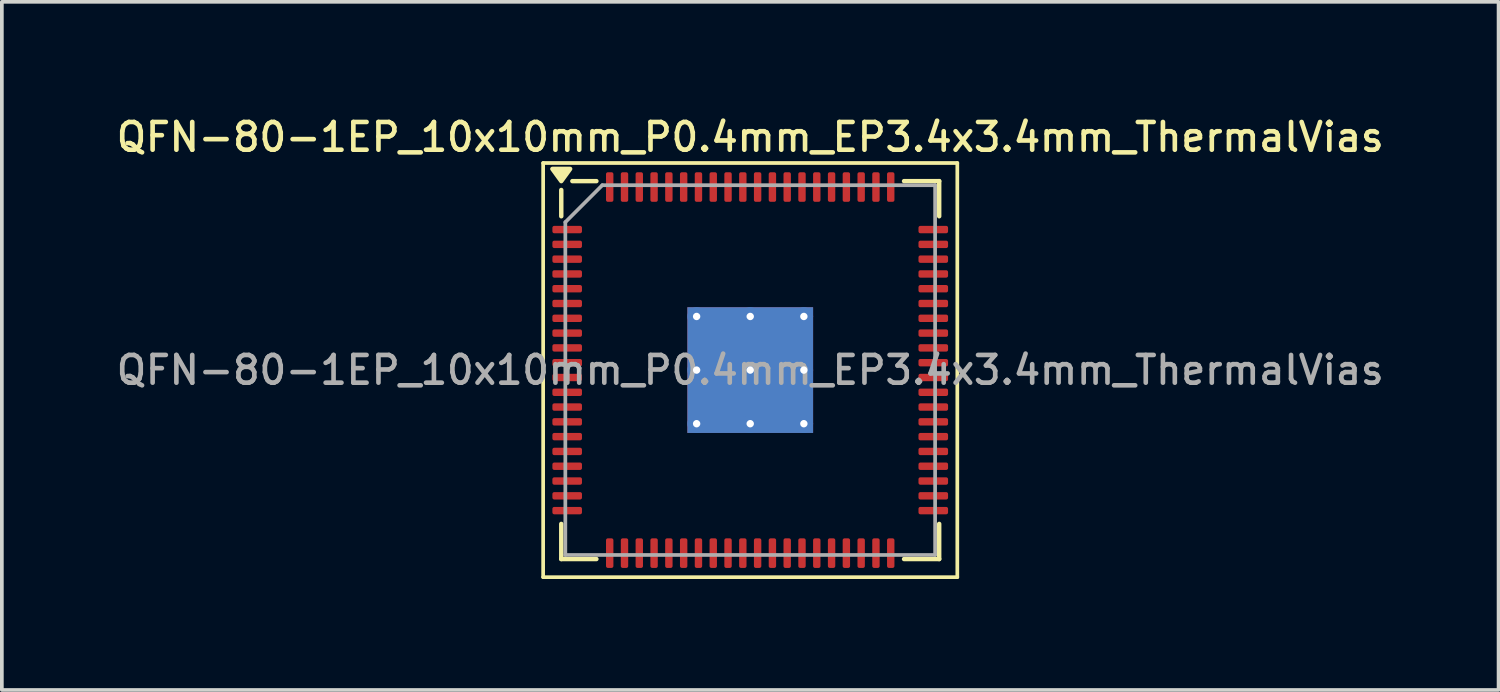
<source format=kicad_pcb>
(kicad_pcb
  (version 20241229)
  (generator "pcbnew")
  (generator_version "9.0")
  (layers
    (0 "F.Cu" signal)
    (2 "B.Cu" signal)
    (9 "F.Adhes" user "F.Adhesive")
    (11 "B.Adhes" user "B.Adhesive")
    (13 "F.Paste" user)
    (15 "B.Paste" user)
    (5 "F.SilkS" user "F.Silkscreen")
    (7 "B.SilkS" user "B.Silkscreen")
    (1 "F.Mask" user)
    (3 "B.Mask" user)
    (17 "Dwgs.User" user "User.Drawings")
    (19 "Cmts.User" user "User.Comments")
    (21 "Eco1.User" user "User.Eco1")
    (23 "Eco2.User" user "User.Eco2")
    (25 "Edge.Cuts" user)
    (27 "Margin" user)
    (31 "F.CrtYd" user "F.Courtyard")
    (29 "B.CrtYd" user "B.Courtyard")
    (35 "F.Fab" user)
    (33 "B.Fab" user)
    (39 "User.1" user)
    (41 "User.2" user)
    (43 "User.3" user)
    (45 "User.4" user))
  (footprint "QFN-80-1EP_10x10mm_P0.4mm_EP3.4x3.4mm_ThermalVias"
    (layer "F.Cu")
    (at 17.238 6.958)
    (property "Reference" "QFN-80-1EP_10x10mm_P0.4mm_EP3.4x3.4mm_ThermalVias" (at 0 -6.3 0) (layer "F.SilkS") (effects (font (size 0.75 0.75) (thickness 0.125))))
    (attr smd)
    (fp_line (start -5.6 -5.6) (end -5.6 5.6) (stroke (width 0.1) (type solid)) (layer "F.SilkS"))
    (fp_line (start -5.6 5.6) (end 5.6 5.6) (stroke (width 0.1) (type solid)) (layer "F.SilkS"))
    (fp_line (start -5.11 -4.16) (end -5.11 -4.87) (stroke (width 0.12) (type solid)) (layer "F.SilkS"))
    (fp_line (start -5.11 5.11) (end -5.11 4.16) (stroke (width 0.12) (type solid)) (layer "F.SilkS"))
    (fp_line (start -4.16 -5.11) (end -4.81 -5.11) (stroke (width 0.12) (type solid)) (layer "F.SilkS"))
    (fp_line (start -4.16 5.11) (end -5.11 5.11) (stroke (width 0.12) (type solid)) (layer "F.SilkS"))
    (fp_line (start 4.16 -5.11) (end 5.11 -5.11) (stroke (width 0.12) (type solid)) (layer "F.SilkS"))
    (fp_line (start 4.16 5.11) (end 5.11 5.11) (stroke (width 0.12) (type solid)) (layer "F.SilkS"))
    (fp_line (start 5.11 -5.11) (end 5.11 -4.16) (stroke (width 0.12) (type solid)) (layer "F.SilkS"))
    (fp_line (start 5.11 5.11) (end 5.11 4.16) (stroke (width 0.12) (type solid)) (layer "F.SilkS"))
    (fp_line (start 5.6 -5.6) (end -5.6 -5.6) (stroke (width 0.1) (type solid)) (layer "F.SilkS"))
    (fp_line (start 5.6 5.6) (end 5.6 -5.6) (stroke (width 0.1) (type solid)) (layer "F.SilkS"))
    (fp_poly (pts (xy -5.11 -5.11) (xy -5.35 -5.44) (xy -4.87 -5.44) (xy -5.11 -5.11)) (stroke (width 0.12) (type solid)) (fill yes) (layer "F.SilkS"))
    (fp_line (start -5 -4) (end -4 -5) (stroke (width 0.1) (type solid)) (layer "F.Fab"))
    (fp_line (start -5 5) (end -5 -4) (stroke (width 0.1) (type solid)) (layer "F.Fab"))
    (fp_line (start -4 -5) (end 5 -5) (stroke (width 0.1) (type solid)) (layer "F.Fab"))
    (fp_line (start 5 -5) (end 5 5) (stroke (width 0.1) (type solid)) (layer "F.Fab"))
    (fp_line (start 5 5) (end -5 5) (stroke (width 0.1) (type solid)) (layer "F.Fab"))
    (fp_text user "${REFERENCE}" (at 0 0 0) (layer "F.Fab") (effects (font (size 0.75 0.75) (thickness 0.125))))
    (pad "" smd custom (at -1.087 -1.087) (size 0.505 0.505) (layers "F.Paste") (options (anchor circle)) (primitives (gr_poly (pts (xy -0.176 -0.05) (xy -0.05 -0.176) (xy 0.176 -0.176) (xy 0.176 0.176) (xy -0.176 0.176)) (width 0.306) (fill yes))))
    (pad "" smd custom (at -1.087 -0.362) (size 0.505 0.505) (layers "F.Paste") (options (anchor circle)) (primitives (gr_poly (pts (xy -0.176 -0.176) (xy 0.176 -0.176) (xy 0.176 0.176) (xy -0.05 0.176) (xy -0.176 0.05)) (width 0.306) (fill yes))))
    (pad "" smd custom (at -1.087 0.362) (size 0.505 0.505) (layers "F.Paste") (options (anchor circle)) (primitives (gr_poly (pts (xy -0.176 -0.05) (xy -0.05 -0.176) (xy 0.176 -0.176) (xy 0.176 0.176) (xy -0.176 0.176)) (width 0.306) (fill yes))))
    (pad "" smd custom (at -1.087 1.087) (size 0.505 0.505) (layers "F.Paste") (options (anchor circle)) (primitives (gr_poly (pts (xy -0.176 -0.176) (xy 0.176 -0.176) (xy 0.176 0.176) (xy -0.05 0.176) (xy -0.176 0.05)) (width 0.306) (fill yes))))
    (pad "" smd custom (at -0.362 -1.087) (size 0.505 0.505) (layers "F.Paste") (options (anchor circle)) (primitives (gr_poly (pts (xy -0.176 -0.176) (xy 0.05 -0.176) (xy 0.176 -0.05) (xy 0.176 0.176) (xy -0.176 0.176)) (width 0.306) (fill yes))))
    (pad "" smd custom (at -0.362 -0.362) (size 0.505 0.505) (layers "F.Paste") (options (anchor circle)) (primitives (gr_poly (pts (xy -0.176 -0.176) (xy 0.176 -0.176) (xy 0.176 0.05) (xy 0.05 0.176) (xy -0.176 0.176)) (width 0.306) (fill yes))))
    (pad "" smd custom (at -0.362 0.362) (size 0.505 0.505) (layers "F.Paste") (options (anchor circle)) (primitives (gr_poly (pts (xy -0.176 -0.176) (xy 0.05 -0.176) (xy 0.176 -0.05) (xy 0.176 0.176) (xy -0.176 0.176)) (width 0.306) (fill yes))))
    (pad "" smd custom (at -0.362 1.087) (size 0.505 0.505) (layers "F.Paste") (options (anchor circle)) (primitives (gr_poly (pts (xy -0.176 -0.176) (xy 0.176 -0.176) (xy 0.176 0.05) (xy 0.05 0.176) (xy -0.176 0.176)) (width 0.306) (fill yes))))
    (pad "" smd custom (at 0.362 -1.087) (size 0.505 0.505) (layers "F.Paste") (options (anchor circle)) (primitives (gr_poly (pts (xy -0.176 -0.05) (xy -0.05 -0.176) (xy 0.176 -0.176) (xy 0.176 0.176) (xy -0.176 0.176)) (width 0.306) (fill yes))))
    (pad "" smd custom (at 0.362 -0.362) (size 0.505 0.505) (layers "F.Paste") (options (anchor circle)) (primitives (gr_poly (pts (xy -0.176 -0.176) (xy 0.176 -0.176) (xy 0.176 0.176) (xy -0.05 0.176) (xy -0.176 0.05)) (width 0.306) (fill yes))))
    (pad "" smd custom (at 0.362 0.362) (size 0.505 0.505) (layers "F.Paste") (options (anchor circle)) (primitives (gr_poly (pts (xy -0.176 -0.05) (xy -0.05 -0.176) (xy 0.176 -0.176) (xy 0.176 0.176) (xy -0.176 0.176)) (width 0.306) (fill yes))))
    (pad "" smd custom (at 0.362 1.087) (size 0.505 0.505) (layers "F.Paste") (options (anchor circle)) (primitives (gr_poly (pts (xy -0.176 -0.176) (xy 0.176 -0.176) (xy 0.176 0.176) (xy -0.05 0.176) (xy -0.176 0.05)) (width 0.306) (fill yes))))
    (pad "" smd custom (at 1.087 -1.087) (size 0.505 0.505) (layers "F.Paste") (options (anchor circle)) (primitives (gr_poly (pts (xy -0.176 -0.176) (xy 0.05 -0.176) (xy 0.176 -0.05) (xy 0.176 0.176) (xy -0.176 0.176)) (width 0.306) (fill yes))))
    (pad "" smd custom (at 1.087 -0.362) (size 0.505 0.505) (layers "F.Paste") (options (anchor circle)) (primitives (gr_poly (pts (xy -0.176 -0.176) (xy 0.176 -0.176) (xy 0.176 0.05) (xy 0.05 0.176) (xy -0.176 0.176)) (width 0.306) (fill yes))))
    (pad "" smd custom (at 1.087 0.362) (size 0.505 0.505) (layers "F.Paste") (options (anchor circle)) (primitives (gr_poly (pts (xy -0.176 -0.176) (xy 0.05 -0.176) (xy 0.176 -0.05) (xy 0.176 0.176) (xy -0.176 0.176)) (width 0.306) (fill yes))))
    (pad "" smd custom (at 1.087 1.087) (size 0.505 0.505) (layers "F.Paste") (options (anchor circle)) (primitives (gr_poly (pts (xy -0.176 -0.176) (xy 0.176 -0.176) (xy 0.176 0.05) (xy 0.05 0.176) (xy -0.176 0.176)) (width 0.306) (fill yes))))
    (pad "1" smd roundrect (at -4.95 -3.8) (size 0.8 0.2) (layers "F.Cu" "F.Mask" "F.Paste") (roundrect_rratio 0.25))
    (pad "2" smd roundrect (at -4.95 -3.4) (size 0.8 0.2) (layers "F.Cu" "F.Mask" "F.Paste") (roundrect_rratio 0.25))
    (pad "3" smd roundrect (at -4.95 -3) (size 0.8 0.2) (layers "F.Cu" "F.Mask" "F.Paste") (roundrect_rratio 0.25))
    (pad "4" smd roundrect (at -4.95 -2.6) (size 0.8 0.2) (layers "F.Cu" "F.Mask" "F.Paste") (roundrect_rratio 0.25))
    (pad "5" smd roundrect (at -4.95 -2.2) (size 0.8 0.2) (layers "F.Cu" "F.Mask" "F.Paste") (roundrect_rratio 0.25))
    (pad "6" smd roundrect (at -4.95 -1.8) (size 0.8 0.2) (layers "F.Cu" "F.Mask" "F.Paste") (roundrect_rratio 0.25))
    (pad "7" smd roundrect (at -4.95 -1.4) (size 0.8 0.2) (layers "F.Cu" "F.Mask" "F.Paste") (roundrect_rratio 0.25))
    (pad "8" smd roundrect (at -4.95 -1) (size 0.8 0.2) (layers "F.Cu" "F.Mask" "F.Paste") (roundrect_rratio 0.25))
    (pad "9" smd roundrect (at -4.95 -0.6) (size 0.8 0.2) (layers "F.Cu" "F.Mask" "F.Paste") (roundrect_rratio 0.25))
    (pad "10" smd roundrect (at -4.95 -0.2) (size 0.8 0.2) (layers "F.Cu" "F.Mask" "F.Paste") (roundrect_rratio 0.25))
    (pad "11" smd roundrect (at -4.95 0.2) (size 0.8 0.2) (layers "F.Cu" "F.Mask" "F.Paste") (roundrect_rratio 0.25))
    (pad "12" smd roundrect (at -4.95 0.6) (size 0.8 0.2) (layers "F.Cu" "F.Mask" "F.Paste") (roundrect_rratio 0.25))
    (pad "13" smd roundrect (at -4.95 1) (size 0.8 0.2) (layers "F.Cu" "F.Mask" "F.Paste") (roundrect_rratio 0.25))
    (pad "14" smd roundrect (at -4.95 1.4) (size 0.8 0.2) (layers "F.Cu" "F.Mask" "F.Paste") (roundrect_rratio 0.25))
    (pad "15" smd roundrect (at -4.95 1.8) (size 0.8 0.2) (layers "F.Cu" "F.Mask" "F.Paste") (roundrect_rratio 0.25))
    (pad "16" smd roundrect (at -4.95 2.2) (size 0.8 0.2) (layers "F.Cu" "F.Mask" "F.Paste") (roundrect_rratio 0.25))
    (pad "17" smd roundrect (at -4.95 2.6) (size 0.8 0.2) (layers "F.Cu" "F.Mask" "F.Paste") (roundrect_rratio 0.25))
    (pad "18" smd roundrect (at -4.95 3) (size 0.8 0.2) (layers "F.Cu" "F.Mask" "F.Paste") (roundrect_rratio 0.25))
    (pad "19" smd roundrect (at -4.95 3.4) (size 0.8 0.2) (layers "F.Cu" "F.Mask" "F.Paste") (roundrect_rratio 0.25))
    (pad "20" smd roundrect (at -4.95 3.8) (size 0.8 0.2) (layers "F.Cu" "F.Mask" "F.Paste") (roundrect_rratio 0.25))
    (pad "21" smd roundrect (at -3.8 4.95) (size 0.2 0.8) (layers "F.Cu" "F.Mask" "F.Paste") (roundrect_rratio 0.25))
    (pad "22" smd roundrect (at -3.4 4.95) (size 0.2 0.8) (layers "F.Cu" "F.Mask" "F.Paste") (roundrect_rratio 0.25))
    (pad "23" smd roundrect (at -3 4.95) (size 0.2 0.8) (layers "F.Cu" "F.Mask" "F.Paste") (roundrect_rratio 0.25))
    (pad "24" smd roundrect (at -2.6 4.95) (size 0.2 0.8) (layers "F.Cu" "F.Mask" "F.Paste") (roundrect_rratio 0.25))
    (pad "25" smd roundrect (at -2.2 4.95) (size 0.2 0.8) (layers "F.Cu" "F.Mask" "F.Paste") (roundrect_rratio 0.25))
    (pad "26" smd roundrect (at -1.8 4.95) (size 0.2 0.8) (layers "F.Cu" "F.Mask" "F.Paste") (roundrect_rratio 0.25))
    (pad "27" smd roundrect (at -1.4 4.95) (size 0.2 0.8) (layers "F.Cu" "F.Mask" "F.Paste") (roundrect_rratio 0.25))
    (pad "28" smd roundrect (at -1 4.95) (size 0.2 0.8) (layers "F.Cu" "F.Mask" "F.Paste") (roundrect_rratio 0.25))
    (pad "29" smd roundrect (at -0.6 4.95) (size 0.2 0.8) (layers "F.Cu" "F.Mask" "F.Paste") (roundrect_rratio 0.25))
    (pad "30" smd roundrect (at -0.2 4.95) (size 0.2 0.8) (layers "F.Cu" "F.Mask" "F.Paste") (roundrect_rratio 0.25))
    (pad "31" smd roundrect (at 0.2 4.95) (size 0.2 0.8) (layers "F.Cu" "F.Mask" "F.Paste") (roundrect_rratio 0.25))
    (pad "32" smd roundrect (at 0.6 4.95) (size 0.2 0.8) (layers "F.Cu" "F.Mask" "F.Paste") (roundrect_rratio 0.25))
    (pad "33" smd roundrect (at 1 4.95) (size 0.2 0.8) (layers "F.Cu" "F.Mask" "F.Paste") (roundrect_rratio 0.25))
    (pad "34" smd roundrect (at 1.4 4.95) (size 0.2 0.8) (layers "F.Cu" "F.Mask" "F.Paste") (roundrect_rratio 0.25))
    (pad "35" smd roundrect (at 1.8 4.95) (size 0.2 0.8) (layers "F.Cu" "F.Mask" "F.Paste") (roundrect_rratio 0.25))
    (pad "36" smd roundrect (at 2.2 4.95) (size 0.2 0.8) (layers "F.Cu" "F.Mask" "F.Paste") (roundrect_rratio 0.25))
    (pad "37" smd roundrect (at 2.6 4.95) (size 0.2 0.8) (layers "F.Cu" "F.Mask" "F.Paste") (roundrect_rratio 0.25))
    (pad "38" smd roundrect (at 3 4.95) (size 0.2 0.8) (layers "F.Cu" "F.Mask" "F.Paste") (roundrect_rratio 0.25))
    (pad "39" smd roundrect (at 3.4 4.95) (size 0.2 0.8) (layers "F.Cu" "F.Mask" "F.Paste") (roundrect_rratio 0.25))
    (pad "40" smd roundrect (at 3.8 4.95) (size 0.2 0.8) (layers "F.Cu" "F.Mask" "F.Paste") (roundrect_rratio 0.25))
    (pad "41" smd roundrect (at 4.95 3.8) (size 0.8 0.2) (layers "F.Cu" "F.Mask" "F.Paste") (roundrect_rratio 0.25))
    (pad "42" smd roundrect (at 4.95 3.4) (size 0.8 0.2) (layers "F.Cu" "F.Mask" "F.Paste") (roundrect_rratio 0.25))
    (pad "43" smd roundrect (at 4.95 3) (size 0.8 0.2) (layers "F.Cu" "F.Mask" "F.Paste") (roundrect_rratio 0.25))
    (pad "44" smd roundrect (at 4.95 2.6) (size 0.8 0.2) (layers "F.Cu" "F.Mask" "F.Paste") (roundrect_rratio 0.25))
    (pad "45" smd roundrect (at 4.95 2.2) (size 0.8 0.2) (layers "F.Cu" "F.Mask" "F.Paste") (roundrect_rratio 0.25))
    (pad "46" smd roundrect (at 4.95 1.8) (size 0.8 0.2) (layers "F.Cu" "F.Mask" "F.Paste") (roundrect_rratio 0.25))
    (pad "47" smd roundrect (at 4.95 1.4) (size 0.8 0.2) (layers "F.Cu" "F.Mask" "F.Paste") (roundrect_rratio 0.25))
    (pad "48" smd roundrect (at 4.95 1) (size 0.8 0.2) (layers "F.Cu" "F.Mask" "F.Paste") (roundrect_rratio 0.25))
    (pad "49" smd roundrect (at 4.95 0.6) (size 0.8 0.2) (layers "F.Cu" "F.Mask" "F.Paste") (roundrect_rratio 0.25))
    (pad "50" smd roundrect (at 4.95 0.2) (size 0.8 0.2) (layers "F.Cu" "F.Mask" "F.Paste") (roundrect_rratio 0.25))
    (pad "51" smd roundrect (at 4.95 -0.2) (size 0.8 0.2) (layers "F.Cu" "F.Mask" "F.Paste") (roundrect_rratio 0.25))
    (pad "52" smd roundrect (at 4.95 -0.6) (size 0.8 0.2) (layers "F.Cu" "F.Mask" "F.Paste") (roundrect_rratio 0.25))
    (pad "53" smd roundrect (at 4.95 -1) (size 0.8 0.2) (layers "F.Cu" "F.Mask" "F.Paste") (roundrect_rratio 0.25))
    (pad "54" smd roundrect (at 4.95 -1.4) (size 0.8 0.2) (layers "F.Cu" "F.Mask" "F.Paste") (roundrect_rratio 0.25))
    (pad "55" smd roundrect (at 4.95 -1.8) (size 0.8 0.2) (layers "F.Cu" "F.Mask" "F.Paste") (roundrect_rratio 0.25))
    (pad "56" smd roundrect (at 4.95 -2.2) (size 0.8 0.2) (layers "F.Cu" "F.Mask" "F.Paste") (roundrect_rratio 0.25))
    (pad "57" smd roundrect (at 4.95 -2.6) (size 0.8 0.2) (layers "F.Cu" "F.Mask" "F.Paste") (roundrect_rratio 0.25))
    (pad "58" smd roundrect (at 4.95 -3) (size 0.8 0.2) (layers "F.Cu" "F.Mask" "F.Paste") (roundrect_rratio 0.25))
    (pad "59" smd roundrect (at 4.95 -3.4) (size 0.8 0.2) (layers "F.Cu" "F.Mask" "F.Paste") (roundrect_rratio 0.25))
    (pad "60" smd roundrect (at 4.95 -3.8) (size 0.8 0.2) (layers "F.Cu" "F.Mask" "F.Paste") (roundrect_rratio 0.25))
    (pad "61" smd roundrect (at 3.8 -4.95) (size 0.2 0.8) (layers "F.Cu" "F.Mask" "F.Paste") (roundrect_rratio 0.25))
    (pad "62" smd roundrect (at 3.4 -4.95) (size 0.2 0.8) (layers "F.Cu" "F.Mask" "F.Paste") (roundrect_rratio 0.25))
    (pad "63" smd roundrect (at 3 -4.95) (size 0.2 0.8) (layers "F.Cu" "F.Mask" "F.Paste") (roundrect_rratio 0.25))
    (pad "64" smd roundrect (at 2.6 -4.95) (size 0.2 0.8) (layers "F.Cu" "F.Mask" "F.Paste") (roundrect_rratio 0.25))
    (pad "65" smd roundrect (at 2.2 -4.95) (size 0.2 0.8) (layers "F.Cu" "F.Mask" "F.Paste") (roundrect_rratio 0.25))
    (pad "66" smd roundrect (at 1.8 -4.95) (size 0.2 0.8) (layers "F.Cu" "F.Mask" "F.Paste") (roundrect_rratio 0.25))
    (pad "67" smd roundrect (at 1.4 -4.95) (size 0.2 0.8) (layers "F.Cu" "F.Mask" "F.Paste") (roundrect_rratio 0.25))
    (pad "68" smd roundrect (at 1 -4.95) (size 0.2 0.8) (layers "F.Cu" "F.Mask" "F.Paste") (roundrect_rratio 0.25))
    (pad "69" smd roundrect (at 0.6 -4.95) (size 0.2 0.8) (layers "F.Cu" "F.Mask" "F.Paste") (roundrect_rratio 0.25))
    (pad "70" smd roundrect (at 0.2 -4.95) (size 0.2 0.8) (layers "F.Cu" "F.Mask" "F.Paste") (roundrect_rratio 0.25))
    (pad "71" smd roundrect (at -0.2 -4.95) (size 0.2 0.8) (layers "F.Cu" "F.Mask" "F.Paste") (roundrect_rratio 0.25))
    (pad "72" smd roundrect (at -0.6 -4.95) (size 0.2 0.8) (layers "F.Cu" "F.Mask" "F.Paste") (roundrect_rratio 0.25))
    (pad "73" smd roundrect (at -1 -4.95) (size 0.2 0.8) (layers "F.Cu" "F.Mask" "F.Paste") (roundrect_rratio 0.25))
    (pad "74" smd roundrect (at -1.4 -4.95) (size 0.2 0.8) (layers "F.Cu" "F.Mask" "F.Paste") (roundrect_rratio 0.25))
    (pad "75" smd roundrect (at -1.8 -4.95) (size 0.2 0.8) (layers "F.Cu" "F.Mask" "F.Paste") (roundrect_rratio 0.25))
    (pad "76" smd roundrect (at -2.2 -4.95) (size 0.2 0.8) (layers "F.Cu" "F.Mask" "F.Paste") (roundrect_rratio 0.25))
    (pad "77" smd roundrect (at -2.6 -4.95) (size 0.2 0.8) (layers "F.Cu" "F.Mask" "F.Paste") (roundrect_rratio 0.25))
    (pad "78" smd roundrect (at -3 -4.95) (size 0.2 0.8) (layers "F.Cu" "F.Mask" "F.Paste") (roundrect_rratio 0.25))
    (pad "79" smd roundrect (at -3.4 -4.95) (size 0.2 0.8) (layers "F.Cu" "F.Mask" "F.Paste") (roundrect_rratio 0.25))
    (pad "80" smd roundrect (at -3.8 -4.95) (size 0.2 0.8) (layers "F.Cu" "F.Mask" "F.Paste") (roundrect_rratio 0.25))
    (pad "81" thru_hole circle (at -1.45 -1.45) (size 0.5 0.5) (drill 0.2) (property pad_prop_heatsink) (layers "*.Cu"))
    (pad "81" thru_hole circle (at -1.45 0) (size 0.5 0.5) (drill 0.2) (property pad_prop_heatsink) (layers "*.Cu"))
    (pad "81" thru_hole circle (at -1.45 1.45) (size 0.5 0.5) (drill 0.2) (property pad_prop_heatsink) (layers "*.Cu"))
    (pad "81" thru_hole circle (at 0 -1.45) (size 0.5 0.5) (drill 0.2) (property pad_prop_heatsink) (layers "*.Cu"))
    (pad "81" thru_hole circle (at 0 0) (size 0.5 0.5) (drill 0.2) (property pad_prop_heatsink) (layers "*.Cu"))
    (pad "81" smd rect (at 0 0) (size 3.4 3.4) (property pad_prop_heatsink) (layers "F.Cu" "F.Mask"))
    (pad "81" smd rect (at 0 0) (size 3.4 3.4) (property pad_prop_heatsink) (layers "B.Cu"))
    (pad "81" thru_hole circle (at 0 1.45) (size 0.5 0.5) (drill 0.2) (property pad_prop_heatsink) (layers "*.Cu"))
    (pad "81" thru_hole circle (at 1.45 -1.45) (size 0.5 0.5) (drill 0.2) (property pad_prop_heatsink) (layers "*.Cu"))
    (pad "81" thru_hole circle (at 1.45 0) (size 0.5 0.5) (drill 0.2) (property pad_prop_heatsink) (layers "*.Cu"))
    (pad "81" thru_hole circle (at 1.45 1.45) (size 0.5 0.5) (drill 0.2) (property pad_prop_heatsink) (layers "*.Cu")))
  (gr_rect
    (start -3 -3)
    (end 37.475 15.608)
    (stroke (width 0.1) (type default))
    (fill no)
    (layer "Edge.Cuts")))
</source>
